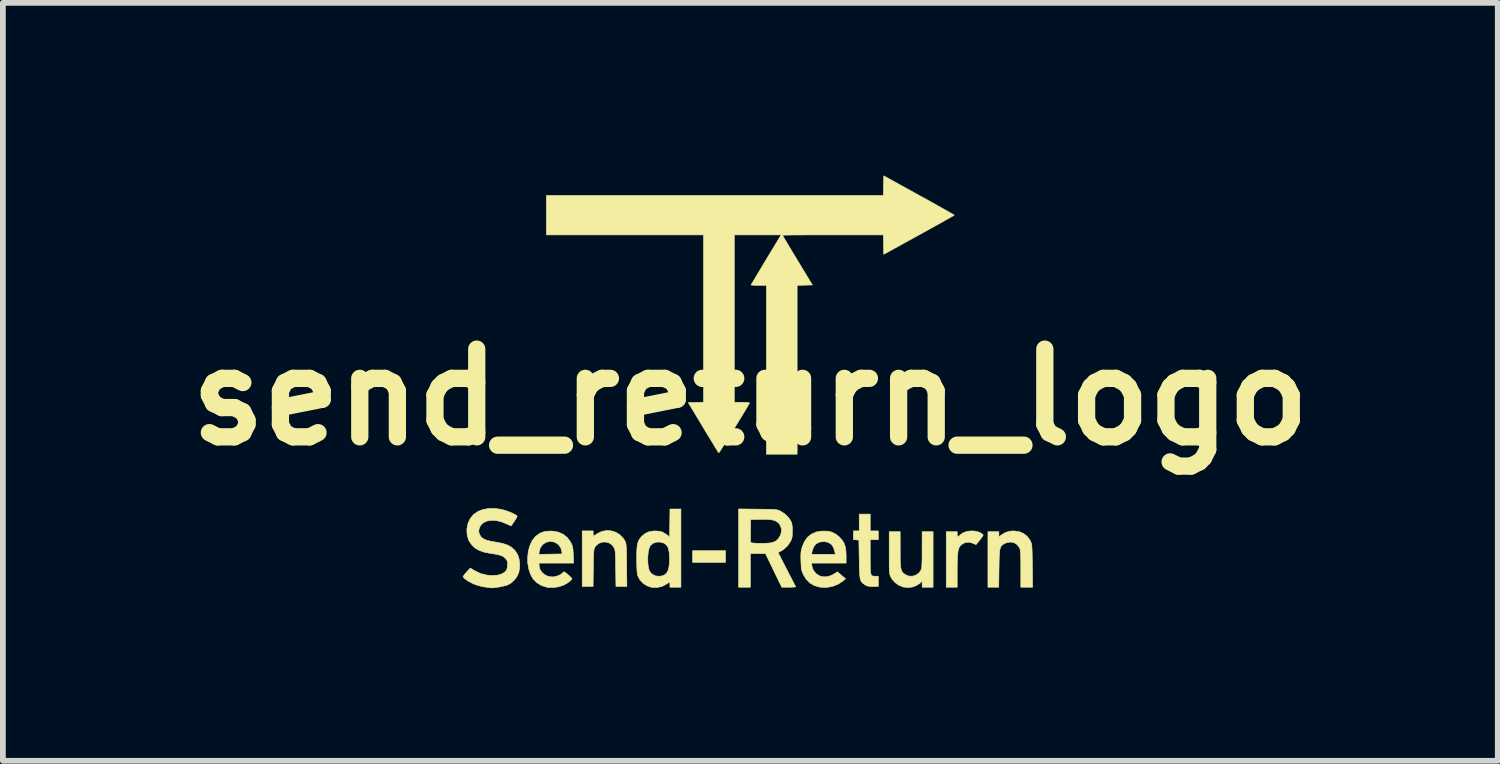
<source format=kicad_pcb>
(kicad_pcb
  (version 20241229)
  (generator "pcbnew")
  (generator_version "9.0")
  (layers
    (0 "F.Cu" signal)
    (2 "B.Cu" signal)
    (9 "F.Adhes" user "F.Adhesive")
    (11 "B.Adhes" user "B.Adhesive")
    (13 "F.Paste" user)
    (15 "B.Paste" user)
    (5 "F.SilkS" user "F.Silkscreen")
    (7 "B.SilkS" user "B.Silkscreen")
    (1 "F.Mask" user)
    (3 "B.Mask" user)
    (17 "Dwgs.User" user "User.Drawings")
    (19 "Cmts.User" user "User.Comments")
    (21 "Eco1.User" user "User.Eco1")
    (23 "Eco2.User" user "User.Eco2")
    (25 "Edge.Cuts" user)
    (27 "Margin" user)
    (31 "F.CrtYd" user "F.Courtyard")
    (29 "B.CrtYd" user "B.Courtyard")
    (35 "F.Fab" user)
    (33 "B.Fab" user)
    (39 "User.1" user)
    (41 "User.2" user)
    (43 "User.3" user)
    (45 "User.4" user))
  (footprint "send_return_logo"
    (layer "F.Cu")
    (at 9.986 3.85)
    (property "Reference" "send_return_logo" (at 0 0 0) (layer "F.SilkS") (effects (font (size 1.524 1.524) (thickness 0.3))))
    (attr through_hole)
    (fp_poly (pts (xy -0.432 2.87) (xy -1.003 2.87) (xy -1.003 2.667) (xy -0.432 2.667) (xy -0.432 2.87)) (stroke (width 0.01) (type solid)) (fill yes) (layer "F.SilkS"))
    (fp_poly (pts (xy 2.083 2.324) (xy 2.223 2.324) (xy 2.223 2.477) (xy 2.083 2.477) (xy 2.083 2.774) (xy 2.083 2.875) (xy 2.084 2.954) (xy 2.086 3.013) (xy 2.091 3.055) (xy 2.099 3.083) (xy 2.111 3.1) (xy 2.127 3.108) (xy 2.149 3.111) (xy 2.173 3.111) (xy 2.223 3.111) (xy 2.223 3.289) (xy 2.129 3.289) (xy 2.075 3.288) (xy 2.037 3.282) (xy 2.007 3.269) (xy 1.994 3.261) (xy 1.967 3.242) (xy 1.945 3.225) (xy 1.929 3.205) (xy 1.917 3.181) (xy 1.908 3.149) (xy 1.902 3.105) (xy 1.898 3.047) (xy 1.895 2.971) (xy 1.893 2.874) (xy 1.892 2.822) (xy 1.886 2.483) (xy 1.791 2.475) (xy 1.791 2.324) (xy 1.892 2.324) (xy 1.892 2.032) (xy 2.083 2.032) (xy 2.083 2.324)) (stroke (width 0.01) (type solid)) (fill yes) (layer "F.SilkS"))
    (fp_poly (pts (xy 3.9 2.327) (xy 3.969 2.344) (xy 3.988 2.353) (xy 4.021 2.372) (xy 4.041 2.389) (xy 4.045 2.396) (xy 4.037 2.413) (xy 4.017 2.442) (xy 3.988 2.479) (xy 3.983 2.486) (xy 3.921 2.562) (xy 3.861 2.536) (xy 3.794 2.519) (xy 3.733 2.525) (xy 3.676 2.557) (xy 3.665 2.567) (xy 3.644 2.587) (xy 3.628 2.612) (xy 3.616 2.643) (xy 3.607 2.685) (xy 3.601 2.739) (xy 3.597 2.809) (xy 3.595 2.899) (xy 3.594 3.01) (xy 3.594 3.017) (xy 3.594 3.302) (xy 3.404 3.302) (xy 3.404 2.337) (xy 3.594 2.337) (xy 3.594 2.381) (xy 3.597 2.415) (xy 3.609 2.424) (xy 3.629 2.41) (xy 3.64 2.399) (xy 3.688 2.361) (xy 3.753 2.336) (xy 3.826 2.324) (xy 3.9 2.327)) (stroke (width 0.01) (type solid)) (fill yes) (layer "F.SilkS"))
    (fp_poly (pts (xy 2.604 2.651) (xy 2.604 2.759) (xy 2.605 2.845) (xy 2.608 2.911) (xy 2.614 2.962) (xy 2.622 3) (xy 2.634 3.028) (xy 2.65 3.05) (xy 2.671 3.068) (xy 2.691 3.083) (xy 2.75 3.108) (xy 2.812 3.111) (xy 2.873 3.095) (xy 2.925 3.059) (xy 2.962 3.01) (xy 2.969 2.993) (xy 2.975 2.972) (xy 2.979 2.944) (xy 2.981 2.904) (xy 2.983 2.851) (xy 2.984 2.779) (xy 2.984 2.687) (xy 2.984 2.651) (xy 2.985 2.337) (xy 3.175 2.337) (xy 3.175 3.302) (xy 2.985 3.302) (xy 2.985 3.196) (xy 2.95 3.229) (xy 2.888 3.272) (xy 2.813 3.299) (xy 2.733 3.308) (xy 2.654 3.298) (xy 2.654 3.298) (xy 2.578 3.266) (xy 2.51 3.217) (xy 2.458 3.156) (xy 2.445 3.132) (xy 2.436 3.113) (xy 2.428 3.096) (xy 2.423 3.076) (xy 2.419 3.051) (xy 2.416 3.017) (xy 2.414 2.972) (xy 2.413 2.912) (xy 2.413 2.834) (xy 2.413 2.734) (xy 2.413 2.337) (xy 2.603 2.337) (xy 2.604 2.651)) (stroke (width 0.01) (type solid)) (fill yes) (layer "F.SilkS"))
    (fp_poly (pts (xy 4.667 2.336) (xy 4.747 2.369) (xy 4.813 2.422) (xy 4.864 2.494) (xy 4.866 2.499) (xy 4.874 2.517) (xy 4.881 2.535) (xy 4.886 2.556) (xy 4.89 2.584) (xy 4.893 2.621) (xy 4.895 2.67) (xy 4.897 2.735) (xy 4.898 2.819) (xy 4.9 2.925) (xy 4.9 2.931) (xy 4.904 3.302) (xy 4.699 3.302) (xy 4.699 2.981) (xy 4.699 2.88) (xy 4.698 2.802) (xy 4.697 2.742) (xy 4.694 2.697) (xy 4.691 2.665) (xy 4.686 2.642) (xy 4.68 2.624) (xy 4.677 2.617) (xy 4.637 2.563) (xy 4.583 2.529) (xy 4.522 2.517) (xy 4.456 2.527) (xy 4.43 2.538) (xy 4.4 2.553) (xy 4.377 2.569) (xy 4.358 2.589) (xy 4.345 2.615) (xy 4.335 2.65) (xy 4.329 2.699) (xy 4.325 2.763) (xy 4.322 2.846) (xy 4.321 2.95) (xy 4.32 2.975) (xy 4.316 3.302) (xy 4.128 3.302) (xy 4.128 2.337) (xy 4.318 2.337) (xy 4.318 2.427) (xy 4.36 2.395) (xy 4.432 2.351) (xy 4.51 2.329) (xy 4.575 2.324) (xy 4.667 2.336)) (stroke (width 0.01) (type solid)) (fill yes) (layer "F.SilkS"))
    (fp_poly (pts (xy -2.421 2.322) (xy -2.341 2.346) (xy -2.268 2.39) (xy -2.207 2.453) (xy -2.18 2.496) (xy -2.172 2.511) (xy -2.166 2.528) (xy -2.161 2.549) (xy -2.157 2.578) (xy -2.155 2.617) (xy -2.152 2.669) (xy -2.151 2.738) (xy -2.15 2.826) (xy -2.149 2.918) (xy -2.145 3.289) (xy -2.335 3.289) (xy -2.339 2.975) (xy -2.34 2.876) (xy -2.342 2.8) (xy -2.344 2.741) (xy -2.347 2.698) (xy -2.351 2.667) (xy -2.356 2.643) (xy -2.363 2.625) (xy -2.369 2.611) (xy -2.408 2.562) (xy -2.46 2.53) (xy -2.518 2.516) (xy -2.579 2.52) (xy -2.635 2.542) (xy -2.683 2.582) (xy -2.699 2.605) (xy -2.707 2.62) (xy -2.713 2.638) (xy -2.718 2.661) (xy -2.721 2.694) (xy -2.724 2.739) (xy -2.725 2.8) (xy -2.727 2.88) (xy -2.728 2.969) (xy -2.732 3.289) (xy -2.921 3.289) (xy -2.921 2.324) (xy -2.731 2.324) (xy -2.731 2.369) (xy -2.729 2.398) (xy -2.725 2.413) (xy -2.725 2.413) (xy -2.712 2.406) (xy -2.685 2.389) (xy -2.664 2.375) (xy -2.587 2.335) (xy -2.504 2.318) (xy -2.421 2.322)) (stroke (width 0.01) (type solid)) (fill yes) (layer "F.SilkS"))
    (fp_poly (pts (xy 1.336 2.328) (xy 1.412 2.344) (xy 1.48 2.378) (xy 1.543 2.427) (xy 1.592 2.48) (xy 1.627 2.534) (xy 1.649 2.597) (xy 1.661 2.674) (xy 1.664 2.756) (xy 1.664 2.883) (xy 1.067 2.883) (xy 1.067 2.915) (xy 1.079 2.974) (xy 1.111 3.031) (xy 1.147 3.07) (xy 1.209 3.108) (xy 1.279 3.123) (xy 1.354 3.116) (xy 1.431 3.086) (xy 1.45 3.074) (xy 1.513 3.035) (xy 1.654 3.155) (xy 1.611 3.192) (xy 1.526 3.249) (xy 1.429 3.287) (xy 1.324 3.306) (xy 1.22 3.302) (xy 1.209 3.301) (xy 1.113 3.274) (xy 1.034 3.228) (xy 0.97 3.163) (xy 0.925 3.088) (xy 0.907 3.05) (xy 0.895 3.017) (xy 0.888 2.981) (xy 0.883 2.938) (xy 0.88 2.878) (xy 0.879 2.849) (xy 0.877 2.777) (xy 0.878 2.731) (xy 1.064 2.731) (xy 1.476 2.731) (xy 1.467 2.683) (xy 1.444 2.609) (xy 1.406 2.556) (xy 1.352 2.522) (xy 1.282 2.509) (xy 1.27 2.509) (xy 1.198 2.519) (xy 1.142 2.549) (xy 1.101 2.6) (xy 1.075 2.67) (xy 1.073 2.683) (xy 1.064 2.731) (xy 0.878 2.731) (xy 0.878 2.723) (xy 0.882 2.68) (xy 0.891 2.639) (xy 0.9 2.605) (xy 0.94 2.509) (xy 0.995 2.433) (xy 1.066 2.377) (xy 1.151 2.341) (xy 1.245 2.327) (xy 1.336 2.328)) (stroke (width 0.01) (type solid)) (fill yes) (layer "F.SilkS"))
    (fp_poly (pts (xy -3.443 2.327) (xy -3.341 2.344) (xy -3.254 2.381) (xy -3.181 2.439) (xy -3.123 2.517) (xy -3.115 2.534) (xy -3.099 2.566) (xy -3.089 2.599) (xy -3.082 2.64) (xy -3.078 2.694) (xy -3.076 2.74) (xy -3.07 2.883) (xy -3.67 2.883) (xy -3.67 2.924) (xy -3.658 2.985) (xy -3.625 3.039) (xy -3.576 3.083) (xy -3.514 3.113) (xy -3.446 3.124) (xy -3.442 3.124) (xy -3.388 3.117) (xy -3.333 3.1) (xy -3.287 3.076) (xy -3.266 3.056) (xy -3.246 3.039) (xy -3.236 3.035) (xy -3.22 3.043) (xy -3.192 3.064) (xy -3.16 3.091) (xy -3.13 3.119) (xy -3.107 3.142) (xy -3.099 3.156) (xy -3.109 3.174) (xy -3.137 3.199) (xy -3.176 3.227) (xy -3.222 3.254) (xy -3.255 3.27) (xy -3.333 3.295) (xy -3.422 3.307) (xy -3.509 3.306) (xy -3.532 3.302) (xy -3.626 3.274) (xy -3.708 3.224) (xy -3.774 3.157) (xy -3.816 3.085) (xy -3.849 2.987) (xy -3.867 2.882) (xy -3.868 2.776) (xy -3.863 2.731) (xy -3.674 2.731) (xy -3.27 2.724) (xy -3.274 2.686) (xy -3.292 2.62) (xy -3.33 2.566) (xy -3.382 2.527) (xy -3.444 2.507) (xy -3.491 2.506) (xy -3.557 2.525) (xy -3.611 2.564) (xy -3.65 2.619) (xy -3.667 2.678) (xy -3.674 2.731) (xy -3.863 2.731) (xy -3.856 2.671) (xy -3.828 2.575) (xy -3.788 2.49) (xy -3.734 2.422) (xy -3.724 2.413) (xy -3.655 2.364) (xy -3.579 2.336) (xy -3.491 2.326) (xy -3.443 2.327)) (stroke (width 0.01) (type solid)) (fill yes) (layer "F.SilkS"))
    (fp_poly (pts (xy -1.206 3.302) (xy -1.397 3.302) (xy -1.397 3.258) (xy -1.399 3.228) (xy -1.403 3.213) (xy -1.404 3.213) (xy -1.418 3.22) (xy -1.443 3.238) (xy -1.452 3.244) (xy -1.526 3.285) (xy -1.611 3.306) (xy -1.701 3.305) (xy -1.725 3.301) (xy -1.8 3.275) (xy -1.868 3.229) (xy -1.922 3.17) (xy -1.956 3.102) (xy -1.958 3.096) (xy -1.965 3.058) (xy -1.97 2.999) (xy -1.973 2.919) (xy -1.974 2.844) (xy -1.782 2.844) (xy -1.778 2.905) (xy -1.769 2.965) (xy -1.758 3.007) (xy -1.742 3.037) (xy -1.718 3.064) (xy -1.701 3.078) (xy -1.655 3.103) (xy -1.596 3.112) (xy -1.536 3.106) (xy -1.497 3.092) (xy -1.459 3.062) (xy -1.431 3.017) (xy -1.414 2.954) (xy -1.405 2.87) (xy -1.404 2.813) (xy -1.407 2.72) (xy -1.418 2.649) (xy -1.437 2.597) (xy -1.467 2.559) (xy -1.502 2.536) (xy -1.564 2.517) (xy -1.627 2.518) (xy -1.685 2.536) (xy -1.73 2.571) (xy -1.744 2.59) (xy -1.761 2.634) (xy -1.774 2.696) (xy -1.781 2.769) (xy -1.782 2.844) (xy -1.974 2.844) (xy -1.974 2.824) (xy -1.974 2.819) (xy -1.974 2.718) (xy -1.971 2.638) (xy -1.964 2.576) (xy -1.954 2.527) (xy -1.938 2.487) (xy -1.916 2.453) (xy -1.888 2.42) (xy -1.88 2.412) (xy -1.821 2.365) (xy -1.756 2.337) (xy -1.679 2.325) (xy -1.62 2.326) (xy -1.568 2.332) (xy -1.528 2.344) (xy -1.487 2.367) (xy -1.47 2.378) (xy -1.403 2.425) (xy -1.396 1.943) (xy -1.206 1.943) (xy -1.206 3.302)) (stroke (width 0.01) (type solid)) (fill yes) (layer "F.SilkS"))
    (fp_poly (pts (xy 0.13 1.946) (xy 0.231 1.947) (xy 0.31 1.948) (xy 0.371 1.95) (xy 0.416 1.952) (xy 0.45 1.956) (xy 0.475 1.96) (xy 0.495 1.967) (xy 0.514 1.975) (xy 0.523 1.979) (xy 0.601 2.03) (xy 0.667 2.097) (xy 0.702 2.15) (xy 0.716 2.181) (xy 0.724 2.214) (xy 0.729 2.256) (xy 0.73 2.315) (xy 0.73 2.324) (xy 0.729 2.384) (xy 0.726 2.427) (xy 0.718 2.46) (xy 0.705 2.493) (xy 0.696 2.509) (xy 0.644 2.585) (xy 0.575 2.647) (xy 0.53 2.675) (xy 0.502 2.689) (xy 0.486 2.699) (xy 0.485 2.699) (xy 0.489 2.711) (xy 0.504 2.742) (xy 0.528 2.79) (xy 0.559 2.851) (xy 0.596 2.923) (xy 0.634 2.996) (xy 0.675 3.075) (xy 0.712 3.146) (xy 0.743 3.207) (xy 0.767 3.254) (xy 0.783 3.285) (xy 0.787 3.295) (xy 0.776 3.298) (xy 0.744 3.3) (xy 0.698 3.302) (xy 0.667 3.302) (xy 0.546 3.302) (xy 0.404 3.01) (xy 0.263 2.718) (xy 0 2.718) (xy 0 3.302) (xy -0.203 3.302) (xy -0.203 2.385) (xy 0.002 2.385) (xy 0.002 2.444) (xy 0.003 2.491) (xy 0.005 2.518) (xy 0.006 2.524) (xy 0.02 2.53) (xy 0.055 2.535) (xy 0.104 2.538) (xy 0.161 2.54) (xy 0.223 2.54) (xy 0.282 2.538) (xy 0.334 2.534) (xy 0.373 2.528) (xy 0.374 2.528) (xy 0.436 2.505) (xy 0.483 2.465) (xy 0.519 2.409) (xy 0.541 2.341) (xy 0.538 2.274) (xy 0.511 2.213) (xy 0.494 2.191) (xy 0.463 2.164) (xy 0.424 2.144) (xy 0.373 2.131) (xy 0.306 2.124) (xy 0.22 2.122) (xy 0.165 2.123) (xy 0.006 2.127) (xy 0.003 2.317) (xy 0.002 2.385) (xy -0.203 2.385) (xy -0.203 1.942) (xy 0.13 1.946)) (stroke (width 0.01) (type solid)) (fill yes) (layer "F.SilkS"))
    (fp_poly (pts (xy 2.93 -3.507) (xy 3.045 -3.444) (xy 3.152 -3.384) (xy 3.251 -3.329) (xy 3.338 -3.28) (xy 3.413 -3.238) (xy 3.472 -3.204) (xy 3.515 -3.18) (xy 3.538 -3.165) (xy 3.543 -3.162) (xy 3.532 -3.155) (xy 3.501 -3.137) (xy 3.451 -3.109) (xy 3.386 -3.072) (xy 3.306 -3.027) (xy 3.214 -2.976) (xy 3.111 -2.919) (xy 3.001 -2.858) (xy 2.93 -2.819) (xy 2.318 -2.482) (xy 2.314 -2.651) (xy 2.311 -2.819) (xy 1.435 -2.819) (xy 1.288 -2.819) (xy 1.149 -2.819) (xy 1.02 -2.819) (xy 0.903 -2.818) (xy 0.799 -2.818) (xy 0.711 -2.817) (xy 0.642 -2.816) (xy 0.592 -2.815) (xy 0.564 -2.814) (xy 0.559 -2.813) (xy 0.565 -2.802) (xy 0.583 -2.77) (xy 0.612 -2.722) (xy 0.649 -2.659) (xy 0.694 -2.584) (xy 0.745 -2.499) (xy 0.801 -2.407) (xy 0.818 -2.378) (xy 1.078 -1.949) (xy 0.945 -1.946) (xy 0.813 -1.942) (xy 0.813 0.991) (xy 0.279 0.991) (xy 0.279 -1.943) (xy 0.146 -1.943) (xy 0.091 -1.944) (xy 0.047 -1.945) (xy 0.02 -1.947) (xy 0.013 -1.949) (xy 0.019 -1.96) (xy 0.037 -1.991) (xy 0.066 -2.039) (xy 0.103 -2.102) (xy 0.148 -2.177) (xy 0.199 -2.262) (xy 0.254 -2.355) (xy 0.313 -2.452) (xy 0.374 -2.553) (xy 0.435 -2.654) (xy 0.496 -2.754) (xy 0.51 -2.778) (xy 0.535 -2.819) (xy -0.279 -2.819) (xy -0.279 0.089) (xy -0.145 0.089) (xy -0.09 0.09) (xy -0.047 0.093) (xy -0.021 0.097) (xy -0.015 0.1) (xy -0.024 0.119) (xy -0.045 0.156) (xy -0.075 0.207) (xy -0.113 0.271) (xy -0.157 0.343) (xy -0.205 0.422) (xy -0.256 0.505) (xy -0.307 0.589) (xy -0.358 0.671) (xy -0.406 0.748) (xy -0.45 0.818) (xy -0.488 0.877) (xy -0.518 0.924) (xy -0.539 0.955) (xy -0.549 0.967) (xy -0.549 0.967) (xy -0.557 0.955) (xy -0.577 0.923) (xy -0.608 0.874) (xy -0.646 0.81) (xy -0.693 0.734) (xy -0.745 0.649) (xy -0.801 0.556) (xy -0.818 0.527) (xy -1.078 0.095) (xy -0.945 0.092) (xy -0.813 0.088) (xy -0.813 -2.819) (xy -3.543 -2.819) (xy -3.543 -3.505) (xy -0.616 -3.505) (xy 2.311 -3.505) (xy 2.314 -3.675) (xy 2.318 -3.845) (xy 2.93 -3.507)) (stroke (width 0.01) (type solid)) (fill yes) (layer "F.SilkS"))
    (fp_poly (pts (xy -4.426 1.935) (xy -4.331 1.949) (xy -4.279 1.962) (xy -4.222 1.981) (xy -4.166 2.002) (xy -4.116 2.025) (xy -4.077 2.046) (xy -4.055 2.064) (xy -4.051 2.071) (xy -4.058 2.086) (xy -4.074 2.115) (xy -4.096 2.15) (xy -4.12 2.186) (xy -4.141 2.216) (xy -4.156 2.233) (xy -4.159 2.235) (xy -4.172 2.23) (xy -4.201 2.217) (xy -4.241 2.199) (xy -4.242 2.198) (xy -4.337 2.161) (xy -4.427 2.142) (xy -4.51 2.14) (xy -4.582 2.154) (xy -4.642 2.184) (xy -4.687 2.229) (xy -4.711 2.283) (xy -4.719 2.326) (xy -4.713 2.362) (xy -4.707 2.378) (xy -4.686 2.417) (xy -4.657 2.448) (xy -4.616 2.472) (xy -4.56 2.492) (xy -4.485 2.508) (xy -4.413 2.52) (xy -4.304 2.541) (xy -4.215 2.571) (xy -4.145 2.611) (xy -4.09 2.663) (xy -4.047 2.729) (xy -4.035 2.755) (xy -4.017 2.816) (xy -4.008 2.891) (xy -4.01 2.97) (xy -4.022 3.043) (xy -4.025 3.052) (xy -4.054 3.115) (xy -4.1 3.177) (xy -4.158 3.229) (xy -4.214 3.261) (xy -4.249 3.273) (xy -4.3 3.285) (xy -4.357 3.297) (xy -4.415 3.306) (xy -4.464 3.312) (xy -4.498 3.313) (xy -4.502 3.313) (xy -4.523 3.31) (xy -4.556 3.307) (xy -4.559 3.306) (xy -4.651 3.292) (xy -4.742 3.269) (xy -4.81 3.244) (xy -4.86 3.219) (xy -4.909 3.191) (xy -4.95 3.163) (xy -4.979 3.138) (xy -4.991 3.121) (xy -4.991 3.12) (xy -4.982 3.104) (xy -4.961 3.075) (xy -4.931 3.04) (xy -4.928 3.037) (xy -4.866 2.969) (xy -4.792 3.014) (xy -4.686 3.065) (xy -4.57 3.093) (xy -4.484 3.099) (xy -4.399 3.094) (xy -4.332 3.077) (xy -4.28 3.049) (xy -4.264 3.036) (xy -4.241 3.012) (xy -4.228 2.986) (xy -4.221 2.948) (xy -4.219 2.925) (xy -4.217 2.881) (xy -4.221 2.852) (xy -4.234 2.828) (xy -4.253 2.804) (xy -4.274 2.783) (xy -4.298 2.766) (xy -4.328 2.752) (xy -4.371 2.74) (xy -4.428 2.728) (xy -4.506 2.715) (xy -4.528 2.712) (xy -4.631 2.691) (xy -4.714 2.661) (xy -4.781 2.622) (xy -4.836 2.571) (xy -4.838 2.569) (xy -4.89 2.492) (xy -4.919 2.403) (xy -4.925 2.304) (xy -4.924 2.29) (xy -4.905 2.192) (xy -4.866 2.108) (xy -4.809 2.04) (xy -4.734 1.987) (xy -4.645 1.952) (xy -4.542 1.934) (xy -4.426 1.935)) (stroke (width 0.01) (type solid)) (fill yes) (layer "F.SilkS")))
  (gr_rect
    (start -3 -3)
    (end 22.972 10.168)
    (stroke (width 0.1) (type default))
    (fill no)
    (layer "Edge.Cuts")))
</source>
